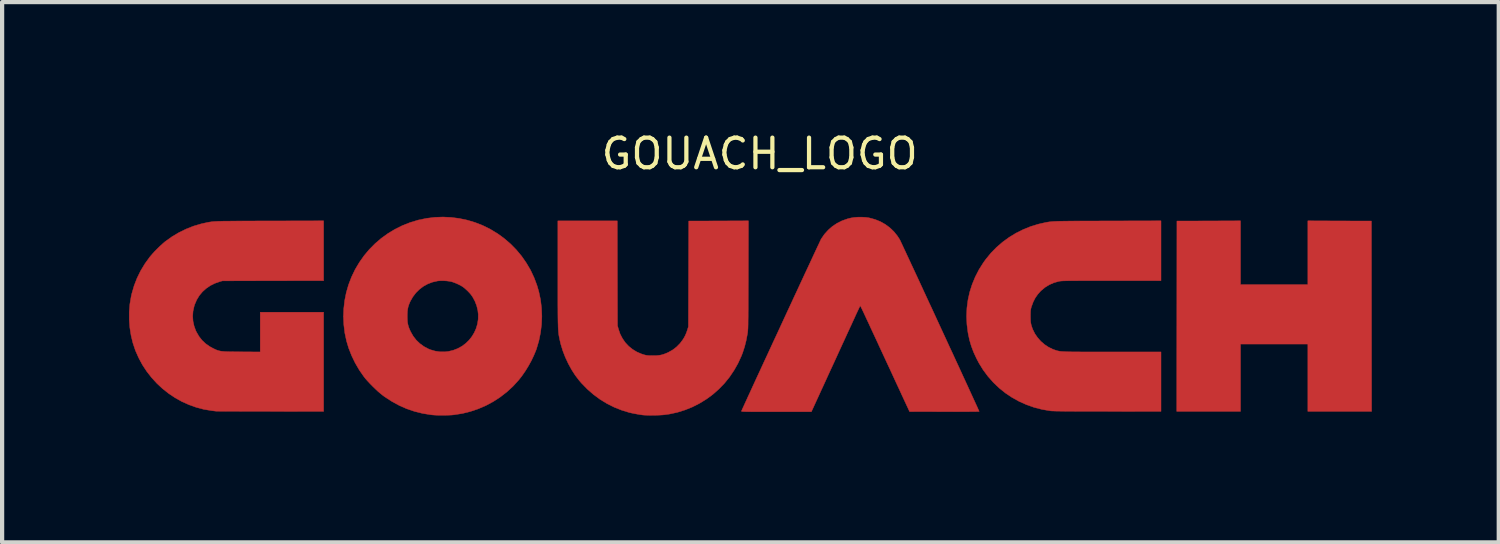
<source format=kicad_pcb>
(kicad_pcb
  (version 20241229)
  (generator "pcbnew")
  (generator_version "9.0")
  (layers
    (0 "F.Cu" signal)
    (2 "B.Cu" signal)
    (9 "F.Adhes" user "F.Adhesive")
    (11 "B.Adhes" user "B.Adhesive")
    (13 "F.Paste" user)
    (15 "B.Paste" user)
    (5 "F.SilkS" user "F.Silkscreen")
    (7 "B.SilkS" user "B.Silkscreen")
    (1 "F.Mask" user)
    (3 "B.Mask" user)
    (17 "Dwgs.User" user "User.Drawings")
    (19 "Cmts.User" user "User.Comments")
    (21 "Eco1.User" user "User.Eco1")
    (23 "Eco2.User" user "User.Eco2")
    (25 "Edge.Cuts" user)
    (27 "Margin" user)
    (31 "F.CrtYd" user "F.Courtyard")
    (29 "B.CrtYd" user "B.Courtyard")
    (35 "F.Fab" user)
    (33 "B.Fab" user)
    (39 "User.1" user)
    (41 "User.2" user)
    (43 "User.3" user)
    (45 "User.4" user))
  (footprint "GOUACH_LOGO"
    (layer "F.Cu")
    (at 14.908 4.385)
    (property "Reference" "GOUACH_LOGO" (at 0 -3.8 180) (layer "F.SilkS") (effects (font (size 0.7 0.7) (thickness 0.1))))
    (attr smd)
    (fp_poly (pts (xy 13.709 -2.212) (xy 14.461 -2.21) (xy 14.463 0.04) (xy 14.465 2.29) (xy 12.958 2.29) (xy 12.958 0.698) (xy 11.366 0.698) (xy 11.366 2.29) (xy 9.859 2.29) (xy 9.861 0.04) (xy 9.863 -2.21) (xy 10.615 -2.212) (xy 11.366 -2.215) (xy 11.366 -0.707) (xy 12.958 -0.707) (xy 12.958 -2.215) (xy 13.709 -2.212)) (stroke (width 0.01) (type solid)) (fill yes) (layer "F.Cu"))
    (fp_poly (pts (xy -10.308 -0.801) (xy -11.504 -0.799) (xy -12.7 -0.796) (xy -12.765 -0.778) (xy -12.883 -0.736) (xy -12.99 -0.682) (xy -13.087 -0.615) (xy -13.173 -0.537) (xy -13.247 -0.448) (xy -13.307 -0.349) (xy -13.354 -0.241) (xy -13.369 -0.194) (xy -13.395 -0.077) (xy -13.403 0.04) (xy -13.395 0.157) (xy -13.37 0.271) (xy -13.329 0.384) (xy -13.314 0.414) (xy -13.254 0.517) (xy -13.182 0.609) (xy -13.097 0.689) (xy -13 0.757) (xy -12.929 0.796) (xy -12.894 0.813) (xy -12.863 0.828) (xy -12.834 0.84) (xy -12.805 0.85) (xy -12.776 0.858) (xy -12.744 0.865) (xy -12.707 0.87) (xy -12.664 0.874) (xy -12.613 0.877) (xy -12.553 0.879) (xy -12.482 0.88) (xy -12.397 0.881) (xy -12.299 0.882) (xy -12.249 0.882) (xy -11.807 0.885) (xy -11.807 -0.055) (xy -10.308 -0.055) (xy -10.308 2.29) (xy -11.572 2.289) (xy -11.717 2.288) (xy -11.858 2.288) (xy -11.994 2.288) (xy -12.123 2.288) (xy -12.244 2.288) (xy -12.358 2.287) (xy -12.462 2.287) (xy -12.557 2.287) (xy -12.64 2.286) (xy -12.711 2.286) (xy -12.769 2.286) (xy -12.813 2.285) (xy -12.843 2.285) (xy -12.856 2.285) (xy -12.857 2.284) (xy -12.875 2.282) (xy -12.904 2.278) (xy -12.94 2.274) (xy -12.954 2.272) (xy -13.137 2.242) (xy -13.316 2.195) (xy -13.49 2.133) (xy -13.658 2.058) (xy -13.819 1.968) (xy -13.972 1.866) (xy -14.117 1.751) (xy -14.252 1.625) (xy -14.377 1.488) (xy -14.491 1.342) (xy -14.593 1.186) (xy -14.681 1.022) (xy -14.757 0.85) (xy -14.817 0.671) (xy -14.86 0.493) (xy -14.889 0.31) (xy -14.903 0.123) (xy -14.903 -0.064) (xy -14.888 -0.249) (xy -14.857 -0.429) (xy -14.843 -0.491) (xy -14.788 -0.68) (xy -14.718 -0.861) (xy -14.633 -1.034) (xy -14.533 -1.2) (xy -14.418 -1.359) (xy -14.393 -1.389) (xy -14.348 -1.441) (xy -14.294 -1.5) (xy -14.234 -1.56) (xy -14.173 -1.619) (xy -14.114 -1.673) (xy -14.061 -1.719) (xy -14.042 -1.733) (xy -13.888 -1.843) (xy -13.726 -1.939) (xy -13.556 -2.022) (xy -13.381 -2.091) (xy -13.204 -2.143) (xy -13.116 -2.163) (xy -13.087 -2.169) (xy -13.061 -2.175) (xy -13.036 -2.18) (xy -13.012 -2.184) (xy -12.987 -2.188) (xy -12.962 -2.192) (xy -12.934 -2.195) (xy -12.904 -2.198) (xy -12.87 -2.2) (xy -12.831 -2.202) (xy -12.786 -2.204) (xy -12.735 -2.205) (xy -12.676 -2.207) (xy -12.609 -2.208) (xy -12.533 -2.208) (xy -12.447 -2.209) (xy -12.35 -2.21) (xy -12.24 -2.21) (xy -12.118 -2.211) (xy -11.982 -2.211) (xy -11.831 -2.212) (xy -11.665 -2.212) (xy -11.576 -2.212) (xy -10.308 -2.215) (xy -10.308 -0.801)) (stroke (width 0.01) (type solid)) (fill yes) (layer "F.Cu"))
    (fp_poly (pts (xy -0.269 -0.934) (xy -0.269 -0.762) (xy -0.27 -0.606) (xy -0.27 -0.465) (xy -0.271 -0.338) (xy -0.271 -0.225) (xy -0.271 -0.125) (xy -0.272 -0.036) (xy -0.272 0.042) (xy -0.273 0.11) (xy -0.274 0.168) (xy -0.274 0.219) (xy -0.275 0.262) (xy -0.276 0.298) (xy -0.277 0.329) (xy -0.279 0.355) (xy -0.28 0.377) (xy -0.282 0.396) (xy -0.283 0.413) (xy -0.285 0.428) (xy -0.288 0.443) (xy -0.29 0.458) (xy -0.29 0.458) (xy -0.32 0.616) (xy -0.357 0.762) (xy -0.402 0.901) (xy -0.432 0.979) (xy -0.513 1.155) (xy -0.608 1.322) (xy -0.715 1.48) (xy -0.834 1.627) (xy -0.965 1.762) (xy -1.106 1.887) (xy -1.257 1.998) (xy -1.417 2.097) (xy -1.585 2.183) (xy -1.76 2.254) (xy -1.941 2.311) (xy -2.128 2.352) (xy -2.256 2.37) (xy -2.298 2.374) (xy -2.353 2.377) (xy -2.417 2.38) (xy -2.485 2.381) (xy -2.554 2.382) (xy -2.62 2.382) (xy -2.679 2.38) (xy -2.727 2.378) (xy -2.743 2.377) (xy -2.787 2.372) (xy -2.842 2.364) (xy -2.903 2.353) (xy -2.964 2.342) (xy -3.022 2.33) (xy -3.07 2.319) (xy -3.073 2.319) (xy -3.258 2.263) (xy -3.437 2.192) (xy -3.609 2.106) (xy -3.774 2.005) (xy -3.93 1.89) (xy -4.077 1.761) (xy -4.214 1.62) (xy -4.268 1.557) (xy -4.36 1.437) (xy -4.446 1.303) (xy -4.525 1.159) (xy -4.595 1.009) (xy -4.654 0.856) (xy -4.701 0.703) (xy -4.724 0.606) (xy -4.73 0.577) (xy -4.736 0.549) (xy -4.741 0.523) (xy -4.746 0.497) (xy -4.75 0.47) (xy -4.753 0.442) (xy -4.756 0.411) (xy -4.759 0.377) (xy -4.762 0.339) (xy -4.764 0.296) (xy -4.765 0.246) (xy -4.767 0.19) (xy -4.768 0.125) (xy -4.769 0.052) (xy -4.77 -0.031) (xy -4.77 -0.124) (xy -4.771 -0.229) (xy -4.771 -0.347) (xy -4.771 -0.477) (xy -4.771 -0.622) (xy -4.771 -0.782) (xy -4.771 -0.958) (xy -4.771 -2.214) (xy -3.366 -2.214) (xy -3.364 -0.976) (xy -3.361 0.262) (xy -3.339 0.343) (xy -3.299 0.46) (xy -3.244 0.566) (xy -3.177 0.663) (xy -3.098 0.748) (xy -3.006 0.822) (xy -2.905 0.884) (xy -2.793 0.932) (xy -2.724 0.954) (xy -2.694 0.961) (xy -2.664 0.966) (xy -2.63 0.97) (xy -2.588 0.971) (xy -2.533 0.972) (xy -2.523 0.972) (xy -2.447 0.971) (xy -2.382 0.965) (xy -2.324 0.955) (xy -2.268 0.939) (xy -2.209 0.916) (xy -2.165 0.897) (xy -2.059 0.838) (xy -1.965 0.766) (xy -1.882 0.682) (xy -1.82 0.6) (xy -1.785 0.544) (xy -1.757 0.49) (xy -1.732 0.431) (xy -1.708 0.361) (xy -1.708 0.361) (xy -1.685 0.287) (xy -1.681 -0.961) (xy -1.677 -2.21) (xy -0.971 -2.212) (xy -0.266 -2.215) (xy -0.269 -0.934)) (stroke (width 0.01) (type solid)) (fill yes) (layer "F.Cu"))
    (fp_poly (pts (xy 9.487 -0.801) (xy 8.316 -0.8) (xy 8.151 -0.8) (xy 8.003 -0.8) (xy 7.869 -0.8) (xy 7.75 -0.8) (xy 7.644 -0.8) (xy 7.551 -0.8) (xy 7.469 -0.799) (xy 7.398 -0.799) (xy 7.337 -0.798) (xy 7.285 -0.798) (xy 7.241 -0.797) (xy 7.204 -0.796) (xy 7.173 -0.795) (xy 7.148 -0.794) (xy 7.127 -0.792) (xy 7.11 -0.791) (xy 7.096 -0.789) (xy 7.084 -0.787) (xy 7.072 -0.785) (xy 7.069 -0.784) (xy 6.955 -0.752) (xy 6.847 -0.705) (xy 6.746 -0.643) (xy 6.656 -0.568) (xy 6.641 -0.554) (xy 6.571 -0.475) (xy 6.513 -0.391) (xy 6.466 -0.298) (xy 6.427 -0.193) (xy 6.424 -0.185) (xy 6.416 -0.156) (xy 6.41 -0.13) (xy 6.406 -0.104) (xy 6.403 -0.074) (xy 6.402 -0.036) (xy 6.401 0.014) (xy 6.401 0.033) (xy 6.402 0.101) (xy 6.404 0.156) (xy 6.41 0.204) (xy 6.419 0.247) (xy 6.433 0.292) (xy 6.451 0.342) (xy 6.456 0.354) (xy 6.505 0.453) (xy 6.569 0.546) (xy 6.645 0.632) (xy 6.731 0.707) (xy 6.826 0.77) (xy 6.927 0.82) (xy 6.966 0.834) (xy 6.986 0.841) (xy 7.004 0.847) (xy 7.022 0.853) (xy 7.04 0.858) (xy 7.059 0.862) (xy 7.08 0.866) (xy 7.104 0.87) (xy 7.132 0.873) (xy 7.165 0.875) (xy 7.203 0.877) (xy 7.248 0.879) (xy 7.3 0.881) (xy 7.361 0.882) (xy 7.431 0.883) (xy 7.512 0.883) (xy 7.603 0.884) (xy 7.706 0.884) (xy 7.823 0.884) (xy 7.953 0.884) (xy 8.098 0.884) (xy 8.258 0.884) (xy 8.336 0.884) (xy 9.487 0.884) (xy 9.487 2.29) (xy 8.223 2.289) (xy 8.045 2.289) (xy 7.883 2.288) (xy 7.737 2.288) (xy 7.605 2.288) (xy 7.487 2.288) (xy 7.382 2.287) (xy 7.289 2.287) (xy 7.208 2.286) (xy 7.137 2.285) (xy 7.076 2.284) (xy 7.025 2.284) (xy 6.981 2.282) (xy 6.945 2.281) (xy 6.916 2.28) (xy 6.893 2.279) (xy 6.875 2.277) (xy 6.867 2.276) (xy 6.674 2.243) (xy 6.487 2.195) (xy 6.306 2.131) (xy 6.132 2.053) (xy 5.966 1.961) (xy 5.809 1.856) (xy 5.662 1.738) (xy 5.525 1.607) (xy 5.399 1.465) (xy 5.284 1.311) (xy 5.183 1.147) (xy 5.127 1.041) (xy 5.058 0.892) (xy 5.003 0.746) (xy 4.96 0.601) (xy 4.928 0.45) (xy 4.924 0.428) (xy 4.899 0.232) (xy 4.891 0.037) (xy 4.899 -0.155) (xy 4.924 -0.345) (xy 4.965 -0.531) (xy 5.023 -0.713) (xy 5.096 -0.89) (xy 5.185 -1.063) (xy 5.29 -1.229) (xy 5.348 -1.309) (xy 5.468 -1.455) (xy 5.6 -1.59) (xy 5.744 -1.714) (xy 5.898 -1.826) (xy 6.06 -1.925) (xy 6.23 -2.01) (xy 6.406 -2.081) (xy 6.586 -2.136) (xy 6.681 -2.158) (xy 6.712 -2.165) (xy 6.741 -2.171) (xy 6.768 -2.177) (xy 6.793 -2.182) (xy 6.819 -2.186) (xy 6.845 -2.19) (xy 6.873 -2.193) (xy 6.904 -2.196) (xy 6.938 -2.199) (xy 6.977 -2.201) (xy 7.021 -2.203) (xy 7.071 -2.205) (xy 7.129 -2.206) (xy 7.194 -2.207) (xy 7.269 -2.208) (xy 7.354 -2.209) (xy 7.449 -2.21) (xy 7.557 -2.21) (xy 7.677 -2.211) (xy 7.81 -2.211) (xy 7.958 -2.211) (xy 8.122 -2.212) (xy 8.231 -2.212) (xy 9.487 -2.215) (xy 9.487 -0.801)) (stroke (width 0.01) (type solid)) (fill yes) (layer "F.Cu"))
    (fp_poly (pts (xy -7.293 -2.296) (xy -7.101 -2.271) (xy -6.911 -2.231) (xy -6.725 -2.175) (xy -6.544 -2.104) (xy -6.369 -2.017) (xy -6.202 -1.916) (xy -6.198 -1.914) (xy -6.038 -1.797) (xy -5.888 -1.668) (xy -5.751 -1.528) (xy -5.626 -1.378) (xy -5.515 -1.217) (xy -5.416 -1.049) (xy -5.333 -0.872) (xy -5.264 -0.688) (xy -5.22 -0.537) (xy -5.18 -0.347) (xy -5.157 -0.154) (xy -5.149 0.042) (xy -5.157 0.237) (xy -5.181 0.431) (xy -5.22 0.622) (xy -5.275 0.808) (xy -5.287 0.842) (xy -5.337 0.963) (xy -5.397 1.09) (xy -5.467 1.217) (xy -5.543 1.34) (xy -5.623 1.455) (xy -5.697 1.549) (xy -5.831 1.696) (xy -5.977 1.83) (xy -6.132 1.95) (xy -6.296 2.057) (xy -6.469 2.15) (xy -6.649 2.228) (xy -6.835 2.291) (xy -7.026 2.339) (xy -7.223 2.37) (xy -7.223 2.37) (xy -7.283 2.376) (xy -7.355 2.379) (xy -7.434 2.381) (xy -7.516 2.382) (xy -7.597 2.381) (xy -7.673 2.378) (xy -7.738 2.373) (xy -7.768 2.37) (xy -7.966 2.338) (xy -8.156 2.291) (xy -8.34 2.229) (xy -8.518 2.151) (xy -8.691 2.057) (xy -8.861 1.947) (xy -8.911 1.91) (xy -8.961 1.87) (xy -9.019 1.821) (xy -9.081 1.763) (xy -9.144 1.702) (xy -9.206 1.639) (xy -9.264 1.577) (xy -9.315 1.52) (xy -9.354 1.471) (xy -9.464 1.313) (xy -9.562 1.145) (xy -9.646 0.971) (xy -9.716 0.793) (xy -9.766 0.627) (xy -9.806 0.44) (xy -9.83 0.248) (xy -9.839 0.055) (xy -9.839 0.038) (xy -8.331 0.038) (xy -8.329 0.114) (xy -8.325 0.178) (xy -8.315 0.235) (xy -8.3 0.29) (xy -8.279 0.346) (xy -8.251 0.406) (xy -8.192 0.51) (xy -8.119 0.604) (xy -8.035 0.685) (xy -7.939 0.755) (xy -7.834 0.811) (xy -7.786 0.831) (xy -7.673 0.864) (xy -7.559 0.881) (xy -7.442 0.882) (xy -7.356 0.872) (xy -7.244 0.845) (xy -7.138 0.804) (xy -7.04 0.75) (xy -6.951 0.684) (xy -6.872 0.608) (xy -6.804 0.522) (xy -6.747 0.428) (xy -6.702 0.327) (xy -6.671 0.221) (xy -6.654 0.111) (xy -6.652 -0.002) (xy -6.663 -0.099) (xy -6.69 -0.209) (xy -6.731 -0.315) (xy -6.784 -0.413) (xy -6.823 -0.469) (xy -6.856 -0.508) (xy -6.897 -0.551) (xy -6.942 -0.593) (xy -6.985 -0.631) (xy -7.019 -0.656) (xy -7.062 -0.683) (xy -7.115 -0.71) (xy -7.174 -0.737) (xy -7.231 -0.759) (xy -7.281 -0.776) (xy -7.283 -0.776) (xy -7.338 -0.787) (xy -7.405 -0.795) (xy -7.475 -0.799) (xy -7.544 -0.799) (xy -7.605 -0.795) (xy -7.622 -0.792) (xy -7.738 -0.765) (xy -7.847 -0.723) (xy -7.949 -0.667) (xy -8.042 -0.597) (xy -8.125 -0.515) (xy -8.197 -0.421) (xy -8.257 -0.317) (xy -8.271 -0.287) (xy -8.293 -0.232) (xy -8.309 -0.182) (xy -8.32 -0.131) (xy -8.327 -0.075) (xy -8.33 -0.009) (xy -8.331 0.038) (xy -9.839 0.038) (xy -9.832 -0.139) (xy -9.81 -0.331) (xy -9.772 -0.52) (xy -9.719 -0.703) (xy -9.648 -0.888) (xy -9.563 -1.065) (xy -9.463 -1.233) (xy -9.351 -1.392) (xy -9.227 -1.54) (xy -9.091 -1.677) (xy -8.944 -1.803) (xy -8.787 -1.916) (xy -8.621 -2.016) (xy -8.446 -2.103) (xy -8.264 -2.175) (xy -8.074 -2.232) (xy -8.065 -2.235) (xy -7.874 -2.274) (xy -7.681 -2.298) (xy -7.487 -2.305) (xy -7.293 -2.296)) (stroke (width 0.01) (type solid)) (fill yes) (layer "F.Cu"))
    (fp_poly (pts (xy 2.505 -2.297) (xy 2.585 -2.286) (xy 2.596 -2.283) (xy 2.729 -2.247) (xy 2.854 -2.196) (xy 2.969 -2.131) (xy 3.075 -2.053) (xy 3.171 -1.962) (xy 3.255 -1.858) (xy 3.309 -1.775) (xy 3.315 -1.763) (xy 3.328 -1.737) (xy 3.346 -1.697) (xy 3.371 -1.645) (xy 3.401 -1.58) (xy 3.437 -1.504) (xy 3.477 -1.417) (xy 3.522 -1.321) (xy 3.571 -1.215) (xy 3.624 -1.102) (xy 3.68 -0.981) (xy 3.74 -0.853) (xy 3.802 -0.719) (xy 3.866 -0.58) (xy 3.932 -0.437) (xy 4 -0.29) (xy 4.07 -0.141) (xy 4.14 0.011) (xy 4.21 0.163) (xy 4.281 0.317) (xy 4.352 0.47) (xy 4.422 0.622) (xy 4.491 0.772) (xy 4.56 0.919) (xy 4.626 1.063) (xy 4.691 1.203) (xy 4.753 1.338) (xy 4.812 1.467) (xy 4.869 1.59) (xy 4.922 1.705) (xy 4.971 1.813) (xy 5.016 1.911) (xy 5.057 2) (xy 5.093 2.079) (xy 5.124 2.146) (xy 5.149 2.201) (xy 5.168 2.244) (xy 5.182 2.274) (xy 5.188 2.289) (xy 5.189 2.29) (xy 5.18 2.292) (xy 5.156 2.293) (xy 5.115 2.294) (xy 5.06 2.295) (xy 4.991 2.295) (xy 4.908 2.296) (xy 4.812 2.296) (xy 4.704 2.297) (xy 4.585 2.297) (xy 4.454 2.296) (xy 4.366 2.296) (xy 3.543 2.294) (xy 3.372 1.926) (xy 3.335 1.845) (xy 3.292 1.752) (xy 3.244 1.65) (xy 3.194 1.542) (xy 3.143 1.431) (xy 3.092 1.32) (xy 3.042 1.213) (xy 2.995 1.112) (xy 2.984 1.088) (xy 2.937 0.987) (xy 2.886 0.877) (xy 2.832 0.761) (xy 2.778 0.643) (xy 2.724 0.527) (xy 2.672 0.415) (xy 2.623 0.311) (xy 2.581 0.218) (xy 2.575 0.205) (xy 2.538 0.127) (xy 2.504 0.054) (xy 2.473 -0.013) (xy 2.445 -0.073) (xy 2.421 -0.123) (xy 2.401 -0.163) (xy 2.387 -0.191) (xy 2.379 -0.206) (xy 2.378 -0.208) (xy 2.373 -0.201) (xy 2.362 -0.18) (xy 2.347 -0.149) (xy 2.328 -0.109) (xy 2.306 -0.063) (xy 2.302 -0.053) (xy 2.287 -0.022) (xy 2.266 0.024) (xy 2.24 0.082) (xy 2.208 0.151) (xy 2.172 0.23) (xy 2.132 0.316) (xy 2.089 0.409) (xy 2.044 0.507) (xy 1.998 0.608) (xy 1.95 0.711) (xy 1.927 0.762) (xy 1.875 0.875) (xy 1.821 0.994) (xy 1.765 1.116) (xy 1.708 1.239) (xy 1.652 1.36) (xy 1.598 1.478) (xy 1.547 1.59) (xy 1.5 1.693) (xy 1.457 1.785) (xy 1.423 1.86) (xy 1.222 2.298) (xy 0.393 2.298) (xy 0.256 2.298) (xy 0.135 2.298) (xy 0.029 2.298) (xy -0.063 2.298) (xy -0.142 2.298) (xy -0.209 2.297) (xy -0.265 2.297) (xy -0.31 2.296) (xy -0.347 2.295) (xy -0.376 2.294) (xy -0.397 2.293) (xy -0.412 2.292) (xy -0.422 2.29) (xy -0.428 2.288) (xy -0.431 2.286) (xy -0.431 2.284) (xy -0.431 2.283) (xy -0.427 2.273) (xy -0.415 2.248) (xy -0.398 2.209) (xy -0.374 2.157) (xy -0.345 2.093) (xy -0.31 2.017) (xy -0.271 1.931) (xy -0.226 1.835) (xy -0.178 1.729) (xy -0.126 1.616) (xy -0.07 1.494) (xy -0.011 1.367) (xy 0.051 1.233) (xy 0.115 1.094) (xy 0.182 0.95) (xy 0.25 0.803) (xy 0.319 0.653) (xy 0.39 0.501) (xy 0.461 0.348) (xy 0.532 0.194) (xy 0.603 0.04) (xy 0.674 -0.113) (xy 0.744 -0.263) (xy 0.812 -0.411) (xy 0.88 -0.556) (xy 0.945 -0.697) (xy 1.008 -0.832) (xy 1.068 -0.962) (xy 1.126 -1.085) (xy 1.18 -1.201) (xy 1.23 -1.309) (xy 1.276 -1.408) (xy 1.318 -1.498) (xy 1.355 -1.577) (xy 1.387 -1.645) (xy 1.413 -1.7) (xy 1.433 -1.743) (xy 1.447 -1.773) (xy 1.455 -1.788) (xy 1.456 -1.79) (xy 1.532 -1.9) (xy 1.621 -1.998) (xy 1.72 -2.085) (xy 1.83 -2.158) (xy 1.948 -2.217) (xy 2.076 -2.262) (xy 2.16 -2.283) (xy 2.238 -2.295) (xy 2.326 -2.302) (xy 2.417 -2.302) (xy 2.505 -2.297)) (stroke (width 0.01) (type solid)) (fill yes) (layer "F.Cu"))
    (fp_poly (pts (xy 13.709 -2.212) (xy 14.461 -2.21) (xy 14.463 0.04) (xy 14.465 2.29) (xy 12.958 2.29) (xy 12.958 0.698) (xy 11.366 0.698) (xy 11.366 2.29) (xy 9.859 2.29) (xy 9.861 0.04) (xy 9.863 -2.21) (xy 10.615 -2.212) (xy 11.366 -2.215) (xy 11.366 -0.707) (xy 12.958 -0.707) (xy 12.958 -2.215) (xy 13.709 -2.212)) (stroke (width 0.01) (type solid)) (fill yes) (layer "F.Mask"))
    (fp_poly (pts (xy -10.308 -0.801) (xy -11.504 -0.799) (xy -12.7 -0.796) (xy -12.765 -0.778) (xy -12.883 -0.736) (xy -12.99 -0.682) (xy -13.087 -0.615) (xy -13.173 -0.537) (xy -13.247 -0.448) (xy -13.307 -0.349) (xy -13.354 -0.241) (xy -13.369 -0.194) (xy -13.395 -0.077) (xy -13.403 0.04) (xy -13.395 0.157) (xy -13.37 0.271) (xy -13.329 0.384) (xy -13.314 0.414) (xy -13.254 0.517) (xy -13.182 0.609) (xy -13.097 0.689) (xy -13 0.757) (xy -12.929 0.796) (xy -12.894 0.813) (xy -12.863 0.828) (xy -12.834 0.84) (xy -12.805 0.85) (xy -12.776 0.858) (xy -12.744 0.865) (xy -12.707 0.87) (xy -12.664 0.874) (xy -12.613 0.877) (xy -12.553 0.879) (xy -12.482 0.88) (xy -12.397 0.881) (xy -12.299 0.882) (xy -12.249 0.882) (xy -11.807 0.885) (xy -11.807 -0.055) (xy -10.308 -0.055) (xy -10.308 2.29) (xy -11.572 2.289) (xy -11.717 2.288) (xy -11.858 2.288) (xy -11.994 2.288) (xy -12.123 2.288) (xy -12.244 2.288) (xy -12.358 2.287) (xy -12.462 2.287) (xy -12.557 2.287) (xy -12.64 2.286) (xy -12.711 2.286) (xy -12.769 2.286) (xy -12.813 2.285) (xy -12.843 2.285) (xy -12.856 2.285) (xy -12.857 2.284) (xy -12.875 2.282) (xy -12.904 2.278) (xy -12.94 2.274) (xy -12.954 2.272) (xy -13.137 2.242) (xy -13.316 2.195) (xy -13.49 2.133) (xy -13.658 2.058) (xy -13.819 1.968) (xy -13.972 1.866) (xy -14.117 1.751) (xy -14.252 1.625) (xy -14.377 1.488) (xy -14.491 1.342) (xy -14.593 1.186) (xy -14.681 1.022) (xy -14.757 0.85) (xy -14.817 0.671) (xy -14.86 0.493) (xy -14.889 0.31) (xy -14.903 0.123) (xy -14.903 -0.064) (xy -14.888 -0.249) (xy -14.857 -0.429) (xy -14.843 -0.491) (xy -14.788 -0.68) (xy -14.718 -0.861) (xy -14.633 -1.034) (xy -14.533 -1.2) (xy -14.418 -1.359) (xy -14.393 -1.389) (xy -14.348 -1.441) (xy -14.294 -1.5) (xy -14.234 -1.56) (xy -14.173 -1.619) (xy -14.114 -1.673) (xy -14.061 -1.719) (xy -14.042 -1.733) (xy -13.888 -1.843) (xy -13.726 -1.939) (xy -13.556 -2.022) (xy -13.381 -2.091) (xy -13.204 -2.143) (xy -13.116 -2.163) (xy -13.087 -2.169) (xy -13.061 -2.175) (xy -13.036 -2.18) (xy -13.012 -2.184) (xy -12.987 -2.188) (xy -12.962 -2.192) (xy -12.934 -2.195) (xy -12.904 -2.198) (xy -12.87 -2.2) (xy -12.831 -2.202) (xy -12.786 -2.204) (xy -12.735 -2.205) (xy -12.676 -2.207) (xy -12.609 -2.208) (xy -12.533 -2.208) (xy -12.447 -2.209) (xy -12.35 -2.21) (xy -12.24 -2.21) (xy -12.118 -2.211) (xy -11.982 -2.211) (xy -11.831 -2.212) (xy -11.665 -2.212) (xy -11.576 -2.212) (xy -10.308 -2.215) (xy -10.308 -0.801)) (stroke (width 0.01) (type solid)) (fill yes) (layer "F.Mask"))
    (fp_poly (pts (xy -0.269 -0.934) (xy -0.269 -0.762) (xy -0.27 -0.606) (xy -0.27 -0.465) (xy -0.271 -0.338) (xy -0.271 -0.225) (xy -0.271 -0.125) (xy -0.272 -0.036) (xy -0.272 0.042) (xy -0.273 0.11) (xy -0.274 0.168) (xy -0.274 0.219) (xy -0.275 0.262) (xy -0.276 0.298) (xy -0.277 0.329) (xy -0.279 0.355) (xy -0.28 0.377) (xy -0.282 0.396) (xy -0.283 0.413) (xy -0.285 0.428) (xy -0.288 0.443) (xy -0.29 0.458) (xy -0.29 0.458) (xy -0.32 0.616) (xy -0.357 0.762) (xy -0.402 0.901) (xy -0.432 0.979) (xy -0.513 1.155) (xy -0.608 1.322) (xy -0.715 1.48) (xy -0.834 1.627) (xy -0.965 1.762) (xy -1.106 1.887) (xy -1.257 1.998) (xy -1.417 2.097) (xy -1.585 2.183) (xy -1.76 2.254) (xy -1.941 2.311) (xy -2.128 2.352) (xy -2.256 2.37) (xy -2.298 2.374) (xy -2.353 2.377) (xy -2.417 2.38) (xy -2.485 2.381) (xy -2.554 2.382) (xy -2.62 2.382) (xy -2.679 2.38) (xy -2.727 2.378) (xy -2.743 2.377) (xy -2.787 2.372) (xy -2.842 2.364) (xy -2.903 2.353) (xy -2.964 2.342) (xy -3.022 2.33) (xy -3.07 2.319) (xy -3.073 2.319) (xy -3.258 2.263) (xy -3.437 2.192) (xy -3.609 2.106) (xy -3.774 2.005) (xy -3.93 1.89) (xy -4.077 1.761) (xy -4.214 1.62) (xy -4.268 1.557) (xy -4.36 1.437) (xy -4.446 1.303) (xy -4.525 1.159) (xy -4.595 1.009) (xy -4.654 0.856) (xy -4.701 0.703) (xy -4.724 0.606) (xy -4.73 0.577) (xy -4.736 0.549) (xy -4.741 0.523) (xy -4.746 0.497) (xy -4.75 0.47) (xy -4.753 0.442) (xy -4.756 0.411) (xy -4.759 0.377) (xy -4.762 0.339) (xy -4.764 0.296) (xy -4.765 0.246) (xy -4.767 0.19) (xy -4.768 0.125) (xy -4.769 0.052) (xy -4.77 -0.031) (xy -4.77 -0.124) (xy -4.771 -0.229) (xy -4.771 -0.347) (xy -4.771 -0.477) (xy -4.771 -0.622) (xy -4.771 -0.782) (xy -4.771 -0.958) (xy -4.771 -2.214) (xy -3.366 -2.214) (xy -3.364 -0.976) (xy -3.361 0.262) (xy -3.339 0.343) (xy -3.299 0.46) (xy -3.244 0.566) (xy -3.177 0.663) (xy -3.098 0.748) (xy -3.006 0.822) (xy -2.905 0.884) (xy -2.793 0.932) (xy -2.724 0.954) (xy -2.694 0.961) (xy -2.664 0.966) (xy -2.63 0.97) (xy -2.588 0.971) (xy -2.533 0.972) (xy -2.523 0.972) (xy -2.447 0.971) (xy -2.382 0.965) (xy -2.324 0.955) (xy -2.268 0.939) (xy -2.209 0.916) (xy -2.165 0.897) (xy -2.059 0.838) (xy -1.965 0.766) (xy -1.882 0.682) (xy -1.82 0.6) (xy -1.785 0.544) (xy -1.757 0.49) (xy -1.732 0.431) (xy -1.708 0.361) (xy -1.708 0.361) (xy -1.685 0.287) (xy -1.681 -0.961) (xy -1.677 -2.21) (xy -0.971 -2.212) (xy -0.266 -2.215) (xy -0.269 -0.934)) (stroke (width 0.01) (type solid)) (fill yes) (layer "F.Mask"))
    (fp_poly (pts (xy 9.487 -0.801) (xy 8.316 -0.8) (xy 8.151 -0.8) (xy 8.003 -0.8) (xy 7.869 -0.8) (xy 7.75 -0.8) (xy 7.644 -0.8) (xy 7.551 -0.8) (xy 7.469 -0.799) (xy 7.398 -0.799) (xy 7.337 -0.798) (xy 7.285 -0.798) (xy 7.241 -0.797) (xy 7.204 -0.796) (xy 7.173 -0.795) (xy 7.148 -0.794) (xy 7.127 -0.792) (xy 7.11 -0.791) (xy 7.096 -0.789) (xy 7.084 -0.787) (xy 7.072 -0.785) (xy 7.069 -0.784) (xy 6.955 -0.752) (xy 6.847 -0.705) (xy 6.746 -0.643) (xy 6.656 -0.568) (xy 6.641 -0.554) (xy 6.571 -0.475) (xy 6.513 -0.391) (xy 6.466 -0.298) (xy 6.427 -0.193) (xy 6.424 -0.185) (xy 6.416 -0.156) (xy 6.41 -0.13) (xy 6.406 -0.104) (xy 6.403 -0.074) (xy 6.402 -0.036) (xy 6.401 0.014) (xy 6.401 0.033) (xy 6.402 0.101) (xy 6.404 0.156) (xy 6.41 0.204) (xy 6.419 0.247) (xy 6.433 0.292) (xy 6.451 0.342) (xy 6.456 0.354) (xy 6.505 0.453) (xy 6.569 0.546) (xy 6.645 0.632) (xy 6.731 0.707) (xy 6.826 0.77) (xy 6.927 0.82) (xy 6.966 0.834) (xy 6.986 0.841) (xy 7.004 0.847) (xy 7.022 0.853) (xy 7.04 0.858) (xy 7.059 0.862) (xy 7.08 0.866) (xy 7.104 0.87) (xy 7.132 0.873) (xy 7.165 0.875) (xy 7.203 0.877) (xy 7.248 0.879) (xy 7.3 0.881) (xy 7.361 0.882) (xy 7.431 0.883) (xy 7.512 0.883) (xy 7.603 0.884) (xy 7.706 0.884) (xy 7.823 0.884) (xy 7.953 0.884) (xy 8.098 0.884) (xy 8.258 0.884) (xy 8.336 0.884) (xy 9.487 0.884) (xy 9.487 2.29) (xy 8.223 2.289) (xy 8.045 2.289) (xy 7.883 2.288) (xy 7.737 2.288) (xy 7.605 2.288) (xy 7.487 2.288) (xy 7.382 2.287) (xy 7.289 2.287) (xy 7.208 2.286) (xy 7.137 2.285) (xy 7.076 2.284) (xy 7.025 2.284) (xy 6.981 2.282) (xy 6.945 2.281) (xy 6.916 2.28) (xy 6.893 2.279) (xy 6.875 2.277) (xy 6.867 2.276) (xy 6.674 2.243) (xy 6.487 2.195) (xy 6.306 2.131) (xy 6.132 2.053) (xy 5.966 1.961) (xy 5.809 1.856) (xy 5.662 1.738) (xy 5.525 1.607) (xy 5.399 1.465) (xy 5.284 1.311) (xy 5.183 1.147) (xy 5.127 1.041) (xy 5.058 0.892) (xy 5.003 0.746) (xy 4.96 0.601) (xy 4.928 0.45) (xy 4.924 0.428) (xy 4.899 0.232) (xy 4.891 0.037) (xy 4.899 -0.155) (xy 4.924 -0.345) (xy 4.965 -0.531) (xy 5.023 -0.713) (xy 5.096 -0.89) (xy 5.185 -1.063) (xy 5.29 -1.229) (xy 5.348 -1.309) (xy 5.468 -1.455) (xy 5.6 -1.59) (xy 5.744 -1.714) (xy 5.898 -1.826) (xy 6.06 -1.925) (xy 6.23 -2.01) (xy 6.406 -2.081) (xy 6.586 -2.136) (xy 6.681 -2.158) (xy 6.712 -2.165) (xy 6.741 -2.171) (xy 6.768 -2.177) (xy 6.793 -2.182) (xy 6.819 -2.186) (xy 6.845 -2.19) (xy 6.873 -2.193) (xy 6.904 -2.196) (xy 6.938 -2.199) (xy 6.977 -2.201) (xy 7.021 -2.203) (xy 7.071 -2.205) (xy 7.129 -2.206) (xy 7.194 -2.207) (xy 7.269 -2.208) (xy 7.354 -2.209) (xy 7.449 -2.21) (xy 7.557 -2.21) (xy 7.677 -2.211) (xy 7.81 -2.211) (xy 7.958 -2.211) (xy 8.122 -2.212) (xy 8.231 -2.212) (xy 9.487 -2.215) (xy 9.487 -0.801)) (stroke (width 0.01) (type solid)) (fill yes) (layer "F.Mask"))
    (fp_poly (pts (xy -7.293 -2.296) (xy -7.101 -2.271) (xy -6.911 -2.231) (xy -6.725 -2.175) (xy -6.544 -2.104) (xy -6.369 -2.017) (xy -6.202 -1.916) (xy -6.198 -1.914) (xy -6.038 -1.797) (xy -5.888 -1.668) (xy -5.751 -1.528) (xy -5.626 -1.378) (xy -5.515 -1.217) (xy -5.416 -1.049) (xy -5.333 -0.872) (xy -5.264 -0.688) (xy -5.22 -0.537) (xy -5.18 -0.347) (xy -5.157 -0.154) (xy -5.149 0.042) (xy -5.157 0.237) (xy -5.181 0.431) (xy -5.22 0.622) (xy -5.275 0.808) (xy -5.287 0.842) (xy -5.337 0.963) (xy -5.397 1.09) (xy -5.467 1.217) (xy -5.543 1.34) (xy -5.623 1.455) (xy -5.697 1.549) (xy -5.831 1.696) (xy -5.977 1.83) (xy -6.132 1.95) (xy -6.296 2.057) (xy -6.469 2.15) (xy -6.649 2.228) (xy -6.835 2.291) (xy -7.026 2.339) (xy -7.223 2.37) (xy -7.223 2.37) (xy -7.283 2.376) (xy -7.355 2.379) (xy -7.434 2.381) (xy -7.516 2.382) (xy -7.597 2.381) (xy -7.673 2.378) (xy -7.738 2.373) (xy -7.768 2.37) (xy -7.966 2.338) (xy -8.156 2.291) (xy -8.34 2.229) (xy -8.518 2.151) (xy -8.691 2.057) (xy -8.861 1.947) (xy -8.911 1.91) (xy -8.961 1.87) (xy -9.019 1.821) (xy -9.081 1.763) (xy -9.144 1.702) (xy -9.206 1.639) (xy -9.264 1.577) (xy -9.315 1.52) (xy -9.354 1.471) (xy -9.464 1.313) (xy -9.562 1.145) (xy -9.646 0.971) (xy -9.716 0.793) (xy -9.766 0.627) (xy -9.806 0.44) (xy -9.83 0.248) (xy -9.839 0.055) (xy -9.839 0.038) (xy -8.331 0.038) (xy -8.329 0.114) (xy -8.325 0.178) (xy -8.315 0.235) (xy -8.3 0.29) (xy -8.279 0.346) (xy -8.251 0.406) (xy -8.192 0.51) (xy -8.119 0.604) (xy -8.035 0.685) (xy -7.939 0.755) (xy -7.834 0.811) (xy -7.786 0.831) (xy -7.673 0.864) (xy -7.559 0.881) (xy -7.442 0.882) (xy -7.356 0.872) (xy -7.244 0.845) (xy -7.138 0.804) (xy -7.04 0.75) (xy -6.951 0.684) (xy -6.872 0.608) (xy -6.804 0.522) (xy -6.747 0.428) (xy -6.702 0.327) (xy -6.671 0.221) (xy -6.654 0.111) (xy -6.652 -0.002) (xy -6.663 -0.099) (xy -6.69 -0.209) (xy -6.731 -0.315) (xy -6.784 -0.413) (xy -6.823 -0.469) (xy -6.856 -0.508) (xy -6.897 -0.551) (xy -6.942 -0.593) (xy -6.985 -0.631) (xy -7.019 -0.656) (xy -7.062 -0.683) (xy -7.115 -0.71) (xy -7.174 -0.737) (xy -7.231 -0.759) (xy -7.281 -0.776) (xy -7.283 -0.776) (xy -7.338 -0.787) (xy -7.405 -0.795) (xy -7.475 -0.799) (xy -7.544 -0.799) (xy -7.605 -0.795) (xy -7.622 -0.792) (xy -7.738 -0.765) (xy -7.847 -0.723) (xy -7.949 -0.667) (xy -8.042 -0.597) (xy -8.125 -0.515) (xy -8.197 -0.421) (xy -8.257 -0.317) (xy -8.271 -0.287) (xy -8.293 -0.232) (xy -8.309 -0.182) (xy -8.32 -0.131) (xy -8.327 -0.075) (xy -8.33 -0.009) (xy -8.331 0.038) (xy -9.839 0.038) (xy -9.832 -0.139) (xy -9.81 -0.331) (xy -9.772 -0.52) (xy -9.719 -0.703) (xy -9.648 -0.888) (xy -9.563 -1.065) (xy -9.463 -1.233) (xy -9.351 -1.392) (xy -9.227 -1.54) (xy -9.091 -1.677) (xy -8.944 -1.803) (xy -8.787 -1.916) (xy -8.621 -2.016) (xy -8.446 -2.103) (xy -8.264 -2.175) (xy -8.074 -2.232) (xy -8.065 -2.235) (xy -7.874 -2.274) (xy -7.681 -2.298) (xy -7.487 -2.305) (xy -7.293 -2.296)) (stroke (width 0.01) (type solid)) (fill yes) (layer "F.Mask"))
    (fp_poly (pts (xy 2.505 -2.297) (xy 2.585 -2.286) (xy 2.596 -2.283) (xy 2.729 -2.247) (xy 2.854 -2.196) (xy 2.969 -2.131) (xy 3.075 -2.053) (xy 3.171 -1.962) (xy 3.255 -1.858) (xy 3.309 -1.775) (xy 3.315 -1.763) (xy 3.328 -1.737) (xy 3.346 -1.697) (xy 3.371 -1.645) (xy 3.401 -1.58) (xy 3.437 -1.504) (xy 3.477 -1.417) (xy 3.522 -1.321) (xy 3.571 -1.215) (xy 3.624 -1.102) (xy 3.68 -0.981) (xy 3.74 -0.853) (xy 3.802 -0.719) (xy 3.866 -0.58) (xy 3.932 -0.437) (xy 4 -0.29) (xy 4.07 -0.141) (xy 4.14 0.011) (xy 4.21 0.163) (xy 4.281 0.317) (xy 4.352 0.47) (xy 4.422 0.622) (xy 4.491 0.772) (xy 4.56 0.919) (xy 4.626 1.063) (xy 4.691 1.203) (xy 4.753 1.338) (xy 4.812 1.467) (xy 4.869 1.59) (xy 4.922 1.705) (xy 4.971 1.813) (xy 5.016 1.911) (xy 5.057 2) (xy 5.093 2.079) (xy 5.124 2.146) (xy 5.149 2.201) (xy 5.168 2.244) (xy 5.182 2.274) (xy 5.188 2.289) (xy 5.189 2.29) (xy 5.18 2.292) (xy 5.156 2.293) (xy 5.115 2.294) (xy 5.06 2.295) (xy 4.991 2.295) (xy 4.908 2.296) (xy 4.812 2.296) (xy 4.704 2.297) (xy 4.585 2.297) (xy 4.454 2.296) (xy 4.366 2.296) (xy 3.543 2.294) (xy 3.372 1.926) (xy 3.335 1.845) (xy 3.292 1.752) (xy 3.244 1.65) (xy 3.194 1.542) (xy 3.143 1.431) (xy 3.092 1.32) (xy 3.042 1.213) (xy 2.995 1.112) (xy 2.984 1.088) (xy 2.937 0.987) (xy 2.886 0.877) (xy 2.832 0.761) (xy 2.778 0.643) (xy 2.724 0.527) (xy 2.672 0.415) (xy 2.623 0.311) (xy 2.581 0.218) (xy 2.575 0.205) (xy 2.538 0.127) (xy 2.504 0.054) (xy 2.473 -0.013) (xy 2.445 -0.073) (xy 2.421 -0.123) (xy 2.401 -0.163) (xy 2.387 -0.191) (xy 2.379 -0.206) (xy 2.378 -0.208) (xy 2.373 -0.201) (xy 2.362 -0.18) (xy 2.347 -0.149) (xy 2.328 -0.109) (xy 2.306 -0.063) (xy 2.302 -0.053) (xy 2.287 -0.022) (xy 2.266 0.024) (xy 2.24 0.082) (xy 2.208 0.151) (xy 2.172 0.23) (xy 2.132 0.316) (xy 2.089 0.409) (xy 2.044 0.507) (xy 1.998 0.608) (xy 1.95 0.711) (xy 1.927 0.762) (xy 1.875 0.875) (xy 1.821 0.994) (xy 1.765 1.116) (xy 1.708 1.239) (xy 1.652 1.36) (xy 1.598 1.478) (xy 1.547 1.59) (xy 1.5 1.693) (xy 1.457 1.785) (xy 1.423 1.86) (xy 1.222 2.298) (xy 0.393 2.298) (xy 0.256 2.298) (xy 0.135 2.298) (xy 0.029 2.298) (xy -0.063 2.298) (xy -0.142 2.298) (xy -0.209 2.297) (xy -0.265 2.297) (xy -0.31 2.296) (xy -0.347 2.295) (xy -0.376 2.294) (xy -0.397 2.293) (xy -0.412 2.292) (xy -0.422 2.29) (xy -0.428 2.288) (xy -0.431 2.286) (xy -0.431 2.284) (xy -0.431 2.283) (xy -0.427 2.273) (xy -0.415 2.248) (xy -0.398 2.209) (xy -0.374 2.157) (xy -0.345 2.093) (xy -0.31 2.017) (xy -0.271 1.931) (xy -0.226 1.835) (xy -0.178 1.729) (xy -0.126 1.616) (xy -0.07 1.494) (xy -0.011 1.367) (xy 0.051 1.233) (xy 0.115 1.094) (xy 0.182 0.95) (xy 0.25 0.803) (xy 0.319 0.653) (xy 0.39 0.501) (xy 0.461 0.348) (xy 0.532 0.194) (xy 0.603 0.04) (xy 0.674 -0.113) (xy 0.744 -0.263) (xy 0.812 -0.411) (xy 0.88 -0.556) (xy 0.945 -0.697) (xy 1.008 -0.832) (xy 1.068 -0.962) (xy 1.126 -1.085) (xy 1.18 -1.201) (xy 1.23 -1.309) (xy 1.276 -1.408) (xy 1.318 -1.498) (xy 1.355 -1.577) (xy 1.387 -1.645) (xy 1.413 -1.7) (xy 1.433 -1.743) (xy 1.447 -1.773) (xy 1.455 -1.788) (xy 1.456 -1.79) (xy 1.532 -1.9) (xy 1.621 -1.998) (xy 1.72 -2.085) (xy 1.83 -2.158) (xy 1.948 -2.217) (xy 2.076 -2.262) (xy 2.16 -2.283) (xy 2.238 -2.295) (xy 2.326 -2.302) (xy 2.417 -2.302) (xy 2.505 -2.297)) (stroke (width 0.01) (type solid)) (fill yes) (layer "F.Mask")))
  (gr_rect
    (start -3 -3)
    (end 32.379 9.772)
    (stroke (width 0.1) (type default))
    (fill no)
    (layer "Edge.Cuts")))
</source>
